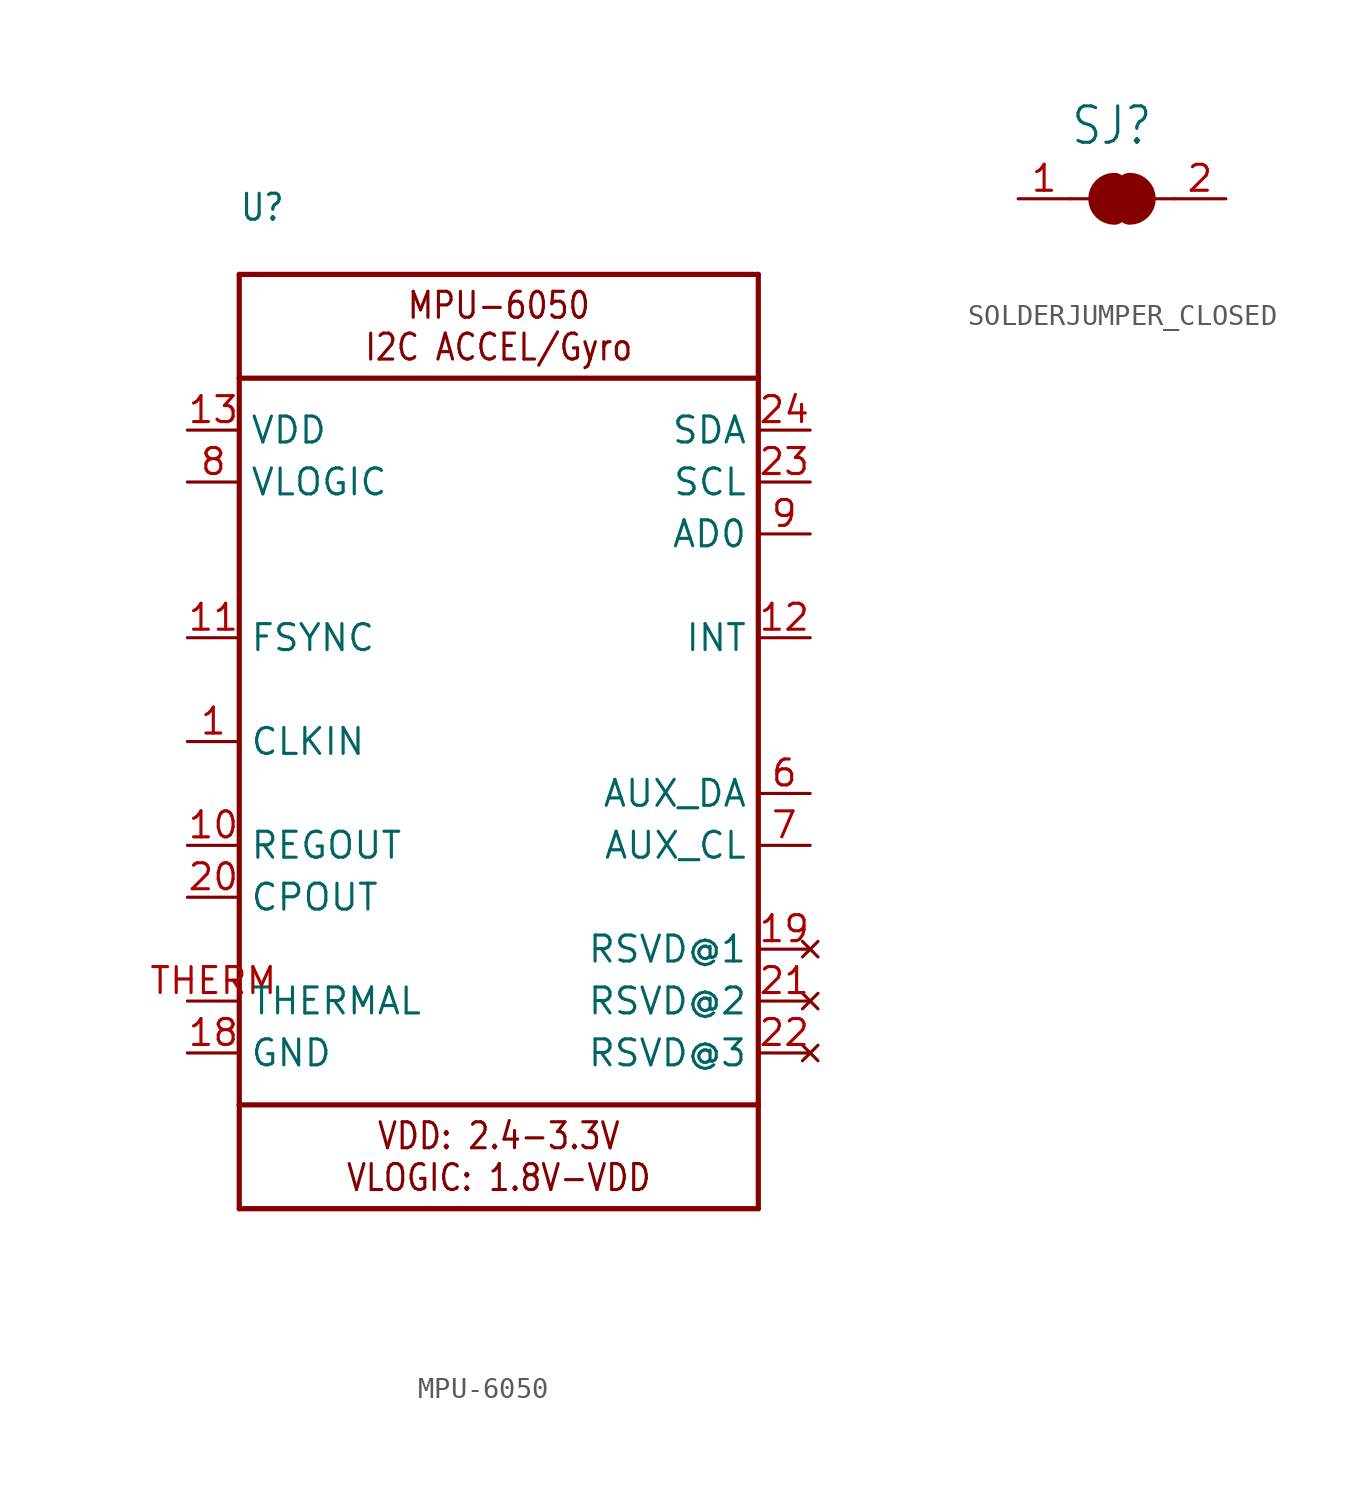
<source format=kicad_sym>
(kicad_symbol_lib
  (version 20220914)
  (generator kicad_symbol_editor)
  (symbol "MPU-6050"
    (property "Reference" "U"
      (at -12.7 25.4 0)
      (effects (font (size 1.27 1.079)) (justify left bottom)))
    (property "Value" ""
      (at -12.7 -25.4 0)
      (effects (font (size 1.27 1.079)) (justify left bottom)))
    (property "ki_locked" ""
      (at 0 0 0)
      (effects (font (size 1.27 1.27))))
    (symbol "MPU-6050_1_0"
      (polyline (pts (xy -12.7 -22.86) (xy 12.7 -22.86)) (stroke (width 0.254) (type solid)) (fill (type none)))
      (polyline (pts (xy -12.7 -17.78) (xy -12.7 -22.86)) (stroke (width 0.254) (type solid)) (fill (type none)))
      (polyline (pts (xy -12.7 -17.78) (xy -12.7 17.78)) (stroke (width 0.254) (type solid)) (fill (type none)))
      (polyline (pts (xy -12.7 17.78) (xy -12.7 22.86)) (stroke (width 0.254) (type solid)) (fill (type none)))
      (polyline (pts (xy -12.7 17.78) (xy 12.7 17.78)) (stroke (width 0.254) (type solid)) (fill (type none)))
      (polyline (pts (xy -12.7 22.86) (xy 12.7 22.86)) (stroke (width 0.254) (type solid)) (fill (type none)))
      (polyline (pts (xy 12.7 -22.86) (xy 12.7 -17.78)) (stroke (width 0.254) (type solid)) (fill (type none)))
      (polyline (pts (xy 12.7 -17.78) (xy -12.7 -17.78)) (stroke (width 0.254) (type solid)) (fill (type none)))
      (polyline (pts (xy 12.7 17.78) (xy 12.7 -17.78)) (stroke (width 0.254) (type solid)) (fill (type none)))
      (polyline (pts (xy 12.7 22.86) (xy 12.7 17.78)) (stroke (width 0.254) (type solid)) (fill (type none)))
      (text "MPU-6050\nI2C ACCEL/Gyro" (at 0 20.32 0) (effects (font (size 1.27 1.079))))
      (text "VDD: 2.4-3.3V\nVLOGIC: 1.8V-VDD" (at 0 -20.32 0) (effects (font (size 1.27 1.079))))
      (pin input line (at -15.24 0 0) (length 2.54) (name "CLKIN" (effects (font (size 1.27 1.27)))) (number "1" (effects (font (size 1.27 1.27)))))
      (pin passive line (at -15.24 -5.08 0) (length 2.54) (name "REGOUT" (effects (font (size 1.27 1.27)))) (number "10" (effects (font (size 1.27 1.27)))))
      (pin input line (at -15.24 5.08 0) (length 2.54) (name "FSYNC" (effects (font (size 1.27 1.27)))) (number "11" (effects (font (size 1.27 1.27)))))
      (pin output line (at 15.24 5.08 180) (length 2.54) (name "INT" (effects (font (size 1.27 1.27)))) (number "12" (effects (font (size 1.27 1.27)))))
      (pin power_in line (at -15.24 15.24 0) (length 2.54) (name "VDD" (effects (font (size 1.27 1.27)))) (number "13" (effects (font (size 1.27 1.27)))))
      (pin power_in line (at -15.24 -15.24 0) (length 2.54) (name "GND" (effects (font (size 1.27 1.27)))) (number "18" (effects (font (size 1.27 1.27)))))
      (pin no_connect line (at 15.24 -10.16 180) (length 2.54) (name "RSVD@1" (effects (font (size 1.27 1.27)))) (number "19" (effects (font (size 1.27 1.27)))))
      (pin passive line (at -15.24 -7.62 0) (length 2.54) (name "CPOUT" (effects (font (size 1.27 1.27)))) (number "20" (effects (font (size 1.27 1.27)))))
      (pin no_connect line (at 15.24 -12.7 180) (length 2.54) (name "RSVD@2" (effects (font (size 1.27 1.27)))) (number "21" (effects (font (size 1.27 1.27)))))
      (pin no_connect line (at 15.24 -15.24 180) (length 2.54) (name "RSVD@3" (effects (font (size 1.27 1.27)))) (number "22" (effects (font (size 1.27 1.27)))))
      (pin bidirectional line (at 15.24 12.7 180) (length 2.54) (name "SCL" (effects (font (size 1.27 1.27)))) (number "23" (effects (font (size 1.27 1.27)))))
      (pin bidirectional line (at 15.24 15.24 180) (length 2.54) (name "SDA" (effects (font (size 1.27 1.27)))) (number "24" (effects (font (size 1.27 1.27)))))
      (pin bidirectional line (at 15.24 -2.54 180) (length 2.54) (name "AUX_DA" (effects (font (size 1.27 1.27)))) (number "6" (effects (font (size 1.27 1.27)))))
      (pin bidirectional line (at 15.24 -5.08 180) (length 2.54) (name "AUX_CL" (effects (font (size 1.27 1.27)))) (number "7" (effects (font (size 1.27 1.27)))))
      (pin power_in line (at -15.24 12.7 0) (length 2.54) (name "VLOGIC" (effects (font (size 1.27 1.27)))) (number "8" (effects (font (size 1.27 1.27)))))
      (pin input line (at 15.24 10.16 180) (length 2.54) (name "AD0" (effects (font (size 1.27 1.27)))) (number "9" (effects (font (size 1.27 1.27)))))
      (pin power_in line (at -15.24 -12.7 0) (length 2.54) (name "THERMAL" (effects (font (size 1.27 1.27)))) (number "THERM" (effects (font (size 1.27 1.27)))))))
  (symbol "SOLDERJUMPER_CLOSED"
    (property "Reference" "SJ"
      (at -2.54 2.54 0)
      (effects (font (size 1.778 1.511)) (justify left bottom)))
    (property "Value" ""
      (at -2.54 -3.81 0)
      (effects (font (size 1.778 1.511)) (justify left bottom)))
    (property "ki_locked" ""
      (at 0 0 0)
      (effects (font (size 1.27 1.27))))
    (symbol "SOLDERJUMPER_CLOSED_1_0"
      (arc (start -0.3808 0.635) (mid -1.0159 0.0001) (end -0.381 -0.635) (stroke (width 1.27) (type solid)) (fill (type none)))
      (polyline (pts (xy -2.54 0) (xy -1.651 0)) (stroke (width 0.152) (type solid)) (fill (type none)))
      (polyline (pts (xy -0.635 0) (xy 0.635 0)) (stroke (width 0.406) (type solid)) (fill (type none)))
      (polyline (pts (xy 2.54 0) (xy 1.651 0)) (stroke (width 0.152) (type solid)) (fill (type none)))
      (arc (start 0.3808 -0.635) (mid 1.0159 -0.0001) (end 0.381 0.635) (stroke (width 1.27) (type solid)) (fill (type none)))
      (pin passive line (at -5.08 0 0) (length 2.54) (name "1" (effects (font (size 0 0)))) (number "1" (effects (font (size 1.27 1.27)))))
      (pin passive line (at 5.08 0 180) (length 2.54) (name "2" (effects (font (size 0 0)))) (number "2" (effects (font (size 1.27 1.27))))))))
</source>
